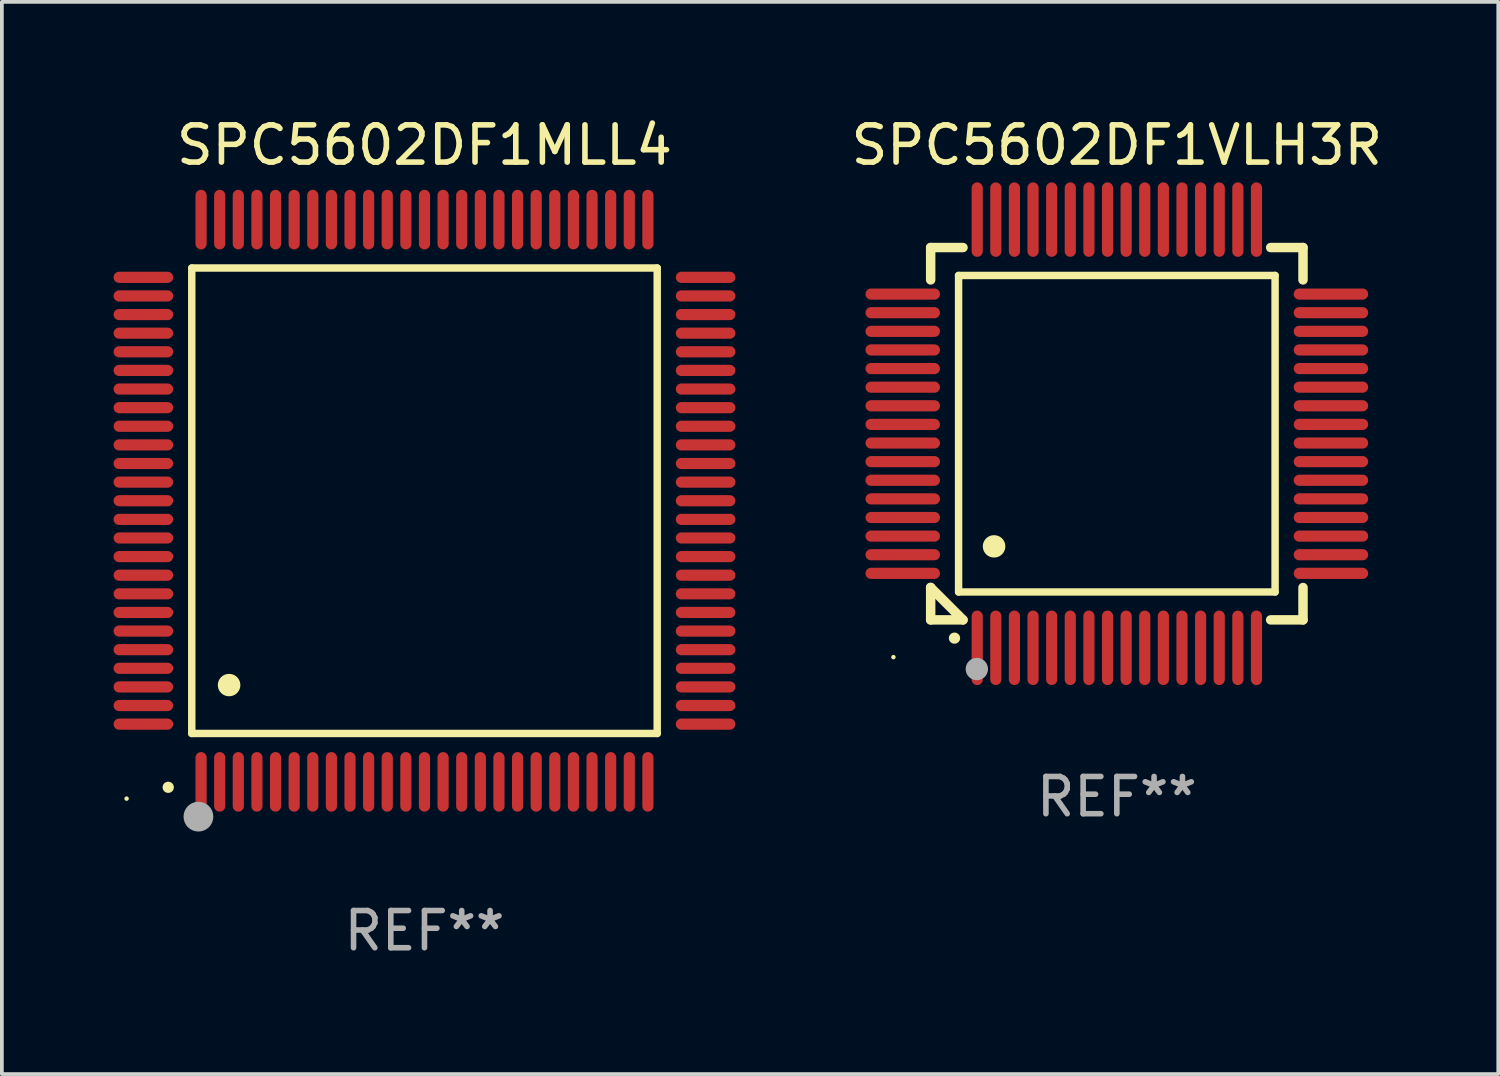
<source format=kicad_pcb>
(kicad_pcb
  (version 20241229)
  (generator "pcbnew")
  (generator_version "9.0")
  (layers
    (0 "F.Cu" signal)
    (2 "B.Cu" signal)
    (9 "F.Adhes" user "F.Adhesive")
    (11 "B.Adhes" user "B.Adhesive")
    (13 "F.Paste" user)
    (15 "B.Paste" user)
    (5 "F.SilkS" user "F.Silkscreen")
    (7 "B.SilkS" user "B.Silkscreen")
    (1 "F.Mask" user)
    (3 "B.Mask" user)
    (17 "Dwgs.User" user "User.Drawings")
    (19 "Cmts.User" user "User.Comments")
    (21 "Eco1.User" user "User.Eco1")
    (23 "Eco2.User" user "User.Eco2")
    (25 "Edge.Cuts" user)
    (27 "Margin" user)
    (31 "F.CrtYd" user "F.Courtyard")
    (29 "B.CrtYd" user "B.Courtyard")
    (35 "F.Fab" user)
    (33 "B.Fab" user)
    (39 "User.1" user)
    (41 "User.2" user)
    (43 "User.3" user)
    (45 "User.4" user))
  (footprint "SPC5602DF1MLL4"
    (layer "F.Cu")
    (at 8.35 10.398)
    (property "Reference" "SPC5602DF1MLL4" (at 0 -9.55 0) (layer "F.SilkS") (effects (font (size 1 1) (thickness 0.15))))
    (attr through_hole)
    (fp_line (start -6.25 -6.25) (end -6.25 6.25) (stroke (width 0.2) (type solid)) (layer "F.SilkS"))
    (fp_line (start -6.25 6.25) (end 6.25 6.25) (stroke (width 0.2) (type solid)) (layer "F.SilkS"))
    (fp_line (start 6.25 -6.25) (end -6.25 -6.25) (stroke (width 0.2) (type solid)) (layer "F.SilkS"))
    (fp_line (start 6.25 6.25) (end 6.25 -6.25) (stroke (width 0.2) (type solid)) (layer "F.SilkS"))
    (fp_arc (start -6.883414 7.696215) (mid -6.882144 7.69621) (end -6.880874 7.696215) (stroke (width 0.3) (type solid)) (layer "F.SilkS"))
    (fp_arc (start -5.250191 4.95047) (mid -5.247651 4.950459) (end -5.245111 4.95047) (stroke (width 0.6) (type solid)) (layer "F.SilkS"))
    (fp_circle (center -8 8) (end -7.97 8) (stroke (width 0.06) (type solid)) (fill no) (layer "F.SilkS"))
    (fp_circle (center -6.071 8.484) (end -5.871 8.484) (stroke (width 0.4) (type solid)) (fill no) (layer "F.Fab"))
    (fp_text user "REF**" (at 0 11.55 0) (layer "F.Fab") (effects (font (size 1 1) (thickness 0.15))))
    (pad "1" smd oval (at -6 7.55) (size 0.3 1.6) (layers "F.Cu" "F.Mask" "F.Paste"))
    (pad "2" smd oval (at -5.5 7.55) (size 0.3 1.6) (layers "F.Cu" "F.Mask" "F.Paste"))
    (pad "3" smd oval (at -5 7.55) (size 0.3 1.6) (layers "F.Cu" "F.Mask" "F.Paste"))
    (pad "4" smd oval (at -4.5 7.55) (size 0.3 1.6) (layers "F.Cu" "F.Mask" "F.Paste"))
    (pad "5" smd oval (at -4 7.55) (size 0.3 1.6) (layers "F.Cu" "F.Mask" "F.Paste"))
    (pad "6" smd oval (at -3.5 7.55) (size 0.3 1.6) (layers "F.Cu" "F.Mask" "F.Paste"))
    (pad "7" smd oval (at -3 7.55) (size 0.3 1.6) (layers "F.Cu" "F.Mask" "F.Paste"))
    (pad "8" smd oval (at -2.5 7.55) (size 0.3 1.6) (layers "F.Cu" "F.Mask" "F.Paste"))
    (pad "9" smd oval (at -2 7.55) (size 0.3 1.6) (layers "F.Cu" "F.Mask" "F.Paste"))
    (pad "10" smd oval (at -1.5 7.55) (size 0.3 1.6) (layers "F.Cu" "F.Mask" "F.Paste"))
    (pad "11" smd oval (at -1 7.55) (size 0.3 1.6) (layers "F.Cu" "F.Mask" "F.Paste"))
    (pad "12" smd oval (at -0.5 7.55) (size 0.3 1.6) (layers "F.Cu" "F.Mask" "F.Paste"))
    (pad "13" smd oval (at 0 7.55) (size 0.3 1.6) (layers "F.Cu" "F.Mask" "F.Paste"))
    (pad "14" smd oval (at 0.5 7.55) (size 0.3 1.6) (layers "F.Cu" "F.Mask" "F.Paste"))
    (pad "15" smd oval (at 1 7.55) (size 0.3 1.6) (layers "F.Cu" "F.Mask" "F.Paste"))
    (pad "16" smd oval (at 1.5 7.55) (size 0.3 1.6) (layers "F.Cu" "F.Mask" "F.Paste"))
    (pad "17" smd oval (at 2 7.55) (size 0.3 1.6) (layers "F.Cu" "F.Mask" "F.Paste"))
    (pad "18" smd oval (at 2.5 7.55) (size 0.3 1.6) (layers "F.Cu" "F.Mask" "F.Paste"))
    (pad "19" smd oval (at 3 7.55) (size 0.3 1.6) (layers "F.Cu" "F.Mask" "F.Paste"))
    (pad "20" smd oval (at 3.5 7.55) (size 0.3 1.6) (layers "F.Cu" "F.Mask" "F.Paste"))
    (pad "21" smd oval (at 4 7.55) (size 0.3 1.6) (layers "F.Cu" "F.Mask" "F.Paste"))
    (pad "22" smd oval (at 4.5 7.55) (size 0.3 1.6) (layers "F.Cu" "F.Mask" "F.Paste"))
    (pad "23" smd oval (at 5 7.55) (size 0.3 1.6) (layers "F.Cu" "F.Mask" "F.Paste"))
    (pad "24" smd oval (at 5.5 7.55) (size 0.3 1.6) (layers "F.Cu" "F.Mask" "F.Paste"))
    (pad "25" smd oval (at 6 7.55) (size 0.3 1.6) (layers "F.Cu" "F.Mask" "F.Paste"))
    (pad "26" smd oval (at 7.55 6) (size 1.6 0.3) (layers "F.Cu" "F.Mask" "F.Paste"))
    (pad "27" smd oval (at 7.55 5.5) (size 1.6 0.3) (layers "F.Cu" "F.Mask" "F.Paste"))
    (pad "28" smd oval (at 7.55 5) (size 1.6 0.3) (layers "F.Cu" "F.Mask" "F.Paste"))
    (pad "29" smd oval (at 7.55 4.5) (size 1.6 0.3) (layers "F.Cu" "F.Mask" "F.Paste"))
    (pad "30" smd oval (at 7.55 4) (size 1.6 0.3) (layers "F.Cu" "F.Mask" "F.Paste"))
    (pad "31" smd oval (at 7.55 3.5) (size 1.6 0.3) (layers "F.Cu" "F.Mask" "F.Paste"))
    (pad "32" smd oval (at 7.55 3) (size 1.6 0.3) (layers "F.Cu" "F.Mask" "F.Paste"))
    (pad "33" smd oval (at 7.55 2.5) (size 1.6 0.3) (layers "F.Cu" "F.Mask" "F.Paste"))
    (pad "34" smd oval (at 7.55 2) (size 1.6 0.3) (layers "F.Cu" "F.Mask" "F.Paste"))
    (pad "35" smd oval (at 7.55 1.5) (size 1.6 0.3) (layers "F.Cu" "F.Mask" "F.Paste"))
    (pad "36" smd oval (at 7.55 1) (size 1.6 0.3) (layers "F.Cu" "F.Mask" "F.Paste"))
    (pad "37" smd oval (at 7.55 0.5) (size 1.6 0.3) (layers "F.Cu" "F.Mask" "F.Paste"))
    (pad "38" smd oval (at 7.55 0) (size 1.6 0.3) (layers "F.Cu" "F.Mask" "F.Paste"))
    (pad "39" smd oval (at 7.55 -0.5) (size 1.6 0.3) (layers "F.Cu" "F.Mask" "F.Paste"))
    (pad "40" smd oval (at 7.55 -1) (size 1.6 0.3) (layers "F.Cu" "F.Mask" "F.Paste"))
    (pad "41" smd oval (at 7.55 -1.5) (size 1.6 0.3) (layers "F.Cu" "F.Mask" "F.Paste"))
    (pad "42" smd oval (at 7.55 -2) (size 1.6 0.3) (layers "F.Cu" "F.Mask" "F.Paste"))
    (pad "43" smd oval (at 7.55 -2.5) (size 1.6 0.3) (layers "F.Cu" "F.Mask" "F.Paste"))
    (pad "44" smd oval (at 7.55 -3) (size 1.6 0.3) (layers "F.Cu" "F.Mask" "F.Paste"))
    (pad "45" smd oval (at 7.55 -3.5) (size 1.6 0.3) (layers "F.Cu" "F.Mask" "F.Paste"))
    (pad "46" smd oval (at 7.55 -4) (size 1.6 0.3) (layers "F.Cu" "F.Mask" "F.Paste"))
    (pad "47" smd oval (at 7.55 -4.5) (size 1.6 0.3) (layers "F.Cu" "F.Mask" "F.Paste"))
    (pad "48" smd oval (at 7.55 -5) (size 1.6 0.3) (layers "F.Cu" "F.Mask" "F.Paste"))
    (pad "49" smd oval (at 7.55 -5.5) (size 1.6 0.3) (layers "F.Cu" "F.Mask" "F.Paste"))
    (pad "50" smd oval (at 7.55 -6) (size 1.6 0.3) (layers "F.Cu" "F.Mask" "F.Paste"))
    (pad "51" smd oval (at 6 -7.55) (size 0.3 1.6) (layers "F.Cu" "F.Mask" "F.Paste"))
    (pad "52" smd oval (at 5.5 -7.55) (size 0.3 1.6) (layers "F.Cu" "F.Mask" "F.Paste"))
    (pad "53" smd oval (at 5 -7.55) (size 0.3 1.6) (layers "F.Cu" "F.Mask" "F.Paste"))
    (pad "54" smd oval (at 4.5 -7.55) (size 0.3 1.6) (layers "F.Cu" "F.Mask" "F.Paste"))
    (pad "55" smd oval (at 4 -7.55) (size 0.3 1.6) (layers "F.Cu" "F.Mask" "F.Paste"))
    (pad "56" smd oval (at 3.5 -7.55) (size 0.3 1.6) (layers "F.Cu" "F.Mask" "F.Paste"))
    (pad "57" smd oval (at 3 -7.55) (size 0.3 1.6) (layers "F.Cu" "F.Mask" "F.Paste"))
    (pad "58" smd oval (at 2.5 -7.55) (size 0.3 1.6) (layers "F.Cu" "F.Mask" "F.Paste"))
    (pad "59" smd oval (at 2 -7.55) (size 0.3 1.6) (layers "F.Cu" "F.Mask" "F.Paste"))
    (pad "60" smd oval (at 1.5 -7.55) (size 0.3 1.6) (layers "F.Cu" "F.Mask" "F.Paste"))
    (pad "61" smd oval (at 1 -7.55) (size 0.3 1.6) (layers "F.Cu" "F.Mask" "F.Paste"))
    (pad "62" smd oval (at 0.5 -7.55) (size 0.3 1.6) (layers "F.Cu" "F.Mask" "F.Paste"))
    (pad "63" smd oval (at 0 -7.55) (size 0.3 1.6) (layers "F.Cu" "F.Mask" "F.Paste"))
    (pad "64" smd oval (at -0.5 -7.55) (size 0.3 1.6) (layers "F.Cu" "F.Mask" "F.Paste"))
    (pad "65" smd oval (at -1 -7.55) (size 0.3 1.6) (layers "F.Cu" "F.Mask" "F.Paste"))
    (pad "66" smd oval (at -1.5 -7.55) (size 0.3 1.6) (layers "F.Cu" "F.Mask" "F.Paste"))
    (pad "67" smd oval (at -2 -7.55) (size 0.3 1.6) (layers "F.Cu" "F.Mask" "F.Paste"))
    (pad "68" smd oval (at -2.5 -7.55) (size 0.3 1.6) (layers "F.Cu" "F.Mask" "F.Paste"))
    (pad "69" smd oval (at -3 -7.55) (size 0.3 1.6) (layers "F.Cu" "F.Mask" "F.Paste"))
    (pad "70" smd oval (at -3.5 -7.55) (size 0.3 1.6) (layers "F.Cu" "F.Mask" "F.Paste"))
    (pad "71" smd oval (at -4 -7.55) (size 0.3 1.6) (layers "F.Cu" "F.Mask" "F.Paste"))
    (pad "72" smd oval (at -4.5 -7.55) (size 0.3 1.6) (layers "F.Cu" "F.Mask" "F.Paste"))
    (pad "73" smd oval (at -5 -7.55) (size 0.3 1.6) (layers "F.Cu" "F.Mask" "F.Paste"))
    (pad "74" smd oval (at -5.5 -7.55) (size 0.3 1.6) (layers "F.Cu" "F.Mask" "F.Paste"))
    (pad "75" smd oval (at -6 -7.55) (size 0.3 1.6) (layers "F.Cu" "F.Mask" "F.Paste"))
    (pad "76" smd oval (at -7.55 -6) (size 1.6 0.3) (layers "F.Cu" "F.Mask" "F.Paste"))
    (pad "77" smd oval (at -7.55 -5.5) (size 1.6 0.3) (layers "F.Cu" "F.Mask" "F.Paste"))
    (pad "78" smd oval (at -7.55 -5) (size 1.6 0.3) (layers "F.Cu" "F.Mask" "F.Paste"))
    (pad "79" smd oval (at -7.55 -4.5) (size 1.6 0.3) (layers "F.Cu" "F.Mask" "F.Paste"))
    (pad "80" smd oval (at -7.55 -4) (size 1.6 0.3) (layers "F.Cu" "F.Mask" "F.Paste"))
    (pad "81" smd oval (at -7.55 -3.5) (size 1.6 0.3) (layers "F.Cu" "F.Mask" "F.Paste"))
    (pad "82" smd oval (at -7.55 -3) (size 1.6 0.3) (layers "F.Cu" "F.Mask" "F.Paste"))
    (pad "83" smd oval (at -7.55 -2.5) (size 1.6 0.3) (layers "F.Cu" "F.Mask" "F.Paste"))
    (pad "84" smd oval (at -7.55 -2) (size 1.6 0.3) (layers "F.Cu" "F.Mask" "F.Paste"))
    (pad "85" smd oval (at -7.55 -1.5) (size 1.6 0.3) (layers "F.Cu" "F.Mask" "F.Paste"))
    (pad "86" smd oval (at -7.55 -1) (size 1.6 0.3) (layers "F.Cu" "F.Mask" "F.Paste"))
    (pad "87" smd oval (at -7.55 -0.5) (size 1.6 0.3) (layers "F.Cu" "F.Mask" "F.Paste"))
    (pad "88" smd oval (at -7.55 0) (size 1.6 0.3) (layers "F.Cu" "F.Mask" "F.Paste"))
    (pad "89" smd oval (at -7.55 0.5) (size 1.6 0.3) (layers "F.Cu" "F.Mask" "F.Paste"))
    (pad "90" smd oval (at -7.55 1) (size 1.6 0.3) (layers "F.Cu" "F.Mask" "F.Paste"))
    (pad "91" smd oval (at -7.55 1.5) (size 1.6 0.3) (layers "F.Cu" "F.Mask" "F.Paste"))
    (pad "92" smd oval (at -7.55 2) (size 1.6 0.3) (layers "F.Cu" "F.Mask" "F.Paste"))
    (pad "93" smd oval (at -7.55 2.5) (size 1.6 0.3) (layers "F.Cu" "F.Mask" "F.Paste"))
    (pad "94" smd oval (at -7.55 3) (size 1.6 0.3) (layers "F.Cu" "F.Mask" "F.Paste"))
    (pad "95" smd oval (at -7.55 3.5) (size 1.6 0.3) (layers "F.Cu" "F.Mask" "F.Paste"))
    (pad "96" smd oval (at -7.55 4) (size 1.6 0.3) (layers "F.Cu" "F.Mask" "F.Paste"))
    (pad "97" smd oval (at -7.55 4.5) (size 1.6 0.3) (layers "F.Cu" "F.Mask" "F.Paste"))
    (pad "98" smd oval (at -7.55 5) (size 1.6 0.3) (layers "F.Cu" "F.Mask" "F.Paste"))
    (pad "99" smd oval (at -7.55 5.5) (size 1.6 0.3) (layers "F.Cu" "F.Mask" "F.Paste"))
    (pad "100" smd oval (at -7.55 6) (size 1.6 0.3) (layers "F.Cu" "F.Mask" "F.Paste")))
  (footprint "SPC5602DF1VLH3R"
    (layer "F.Cu")
    (at 26.944 8.598)
    (property "Reference" "SPC5602DF1VLH3R" (at 0 -7.75 0) (layer "F.SilkS") (effects (font (size 1 1) (thickness 0.15))))
    (attr through_hole)
    (fp_line (start -5 -5) (end -4.131 -5) (stroke (width 0.254) (type solid)) (layer "F.SilkS"))
    (fp_line (start -5 -4.131) (end -5 -5) (stroke (width 0.254) (type solid)) (layer "F.SilkS"))
    (fp_line (start -5 4.131) (end -5 4.131) (stroke (width 0.254) (type solid)) (layer "F.SilkS"))
    (fp_line (start -5 5) (end -5 4.131) (stroke (width 0.254) (type solid)) (layer "F.SilkS"))
    (fp_line (start -5 4.131) (end -4.131 5) (stroke (width 0.254) (type solid)) (layer "F.SilkS"))
    (fp_line (start -4.25 -4.25) (end -4.25 4.25) (stroke (width 0.2) (type solid)) (layer "F.SilkS"))
    (fp_line (start -4.25 4.25) (end 4.25 4.25) (stroke (width 0.2) (type solid)) (layer "F.SilkS"))
    (fp_line (start -4.131 5) (end -5 5) (stroke (width 0.254) (type solid)) (layer "F.SilkS"))
    (fp_line (start 4.25 -4.25) (end -4.25 -4.25) (stroke (width 0.2) (type solid)) (layer "F.SilkS"))
    (fp_line (start 4.25 4.25) (end 4.25 -4.25) (stroke (width 0.2) (type solid)) (layer "F.SilkS"))
    (fp_line (start 5 -5) (end 4.131 -5) (stroke (width 0.254) (type solid)) (layer "F.SilkS"))
    (fp_line (start 5 -5) (end 5 -4.131) (stroke (width 0.254) (type solid)) (layer "F.SilkS"))
    (fp_line (start 5 4.131) (end 5 5) (stroke (width 0.254) (type solid)) (layer "F.SilkS"))
    (fp_line (start 5 5) (end 4.131 5) (stroke (width 0.254) (type solid)) (layer "F.SilkS"))
    (fp_arc (start -4.361265 5.489992) (mid -4.359995 5.489987) (end -4.358725 5.489992) (stroke (width 0.3) (type solid)) (layer "F.SilkS"))
    (fp_arc (start -3.299467 3.025146) (mid -3.296927 3.025135) (end -3.294387 3.025146) (stroke (width 0.6) (type solid)) (layer "F.SilkS"))
    (fp_circle (center -6 6) (end -5.97 6) (stroke (width 0.06) (type solid)) (fill no) (layer "F.SilkS"))
    (fp_circle (center -3.76 6.32) (end -3.61 6.32) (stroke (width 0.3) (type solid)) (fill no) (layer "F.Fab"))
    (fp_text user "REF**" (at 0 9.75 0) (layer "F.Fab") (effects (font (size 1 1) (thickness 0.15))))
    (pad "1" smd oval (at -3.75 5.75) (size 0.3 2) (layers "F.Cu" "F.Mask" "F.Paste"))
    (pad "2" smd oval (at -3.25 5.75) (size 0.3 2) (layers "F.Cu" "F.Mask" "F.Paste"))
    (pad "3" smd oval (at -2.75 5.75) (size 0.3 2) (layers "F.Cu" "F.Mask" "F.Paste"))
    (pad "4" smd oval (at -2.25 5.75) (size 0.3 2) (layers "F.Cu" "F.Mask" "F.Paste"))
    (pad "5" smd oval (at -1.75 5.75) (size 0.3 2) (layers "F.Cu" "F.Mask" "F.Paste"))
    (pad "6" smd oval (at -1.25 5.75) (size 0.3 2) (layers "F.Cu" "F.Mask" "F.Paste"))
    (pad "7" smd oval (at -0.75 5.75) (size 0.3 2) (layers "F.Cu" "F.Mask" "F.Paste"))
    (pad "8" smd oval (at -0.25 5.75) (size 0.3 2) (layers "F.Cu" "F.Mask" "F.Paste"))
    (pad "9" smd oval (at 0.25 5.75) (size 0.3 2) (layers "F.Cu" "F.Mask" "F.Paste"))
    (pad "10" smd oval (at 0.75 5.75) (size 0.3 2) (layers "F.Cu" "F.Mask" "F.Paste"))
    (pad "11" smd oval (at 1.25 5.75) (size 0.3 2) (layers "F.Cu" "F.Mask" "F.Paste"))
    (pad "12" smd oval (at 1.75 5.75) (size 0.3 2) (layers "F.Cu" "F.Mask" "F.Paste"))
    (pad "13" smd oval (at 2.25 5.75) (size 0.3 2) (layers "F.Cu" "F.Mask" "F.Paste"))
    (pad "14" smd oval (at 2.75 5.75) (size 0.3 2) (layers "F.Cu" "F.Mask" "F.Paste"))
    (pad "15" smd oval (at 3.25 5.75) (size 0.3 2) (layers "F.Cu" "F.Mask" "F.Paste"))
    (pad "16" smd oval (at 3.75 5.75) (size 0.3 2) (layers "F.Cu" "F.Mask" "F.Paste"))
    (pad "17" smd oval (at 5.75 3.75) (size 2 0.3) (layers "F.Cu" "F.Mask" "F.Paste"))
    (pad "18" smd oval (at 5.75 3.25) (size 2 0.3) (layers "F.Cu" "F.Mask" "F.Paste"))
    (pad "19" smd oval (at 5.75 2.75) (size 2 0.3) (layers "F.Cu" "F.Mask" "F.Paste"))
    (pad "20" smd oval (at 5.75 2.25) (size 2 0.3) (layers "F.Cu" "F.Mask" "F.Paste"))
    (pad "21" smd oval (at 5.75 1.75) (size 2 0.3) (layers "F.Cu" "F.Mask" "F.Paste"))
    (pad "22" smd oval (at 5.75 1.25) (size 2 0.3) (layers "F.Cu" "F.Mask" "F.Paste"))
    (pad "23" smd oval (at 5.75 0.75) (size 2 0.3) (layers "F.Cu" "F.Mask" "F.Paste"))
    (pad "24" smd oval (at 5.75 0.25) (size 2 0.3) (layers "F.Cu" "F.Mask" "F.Paste"))
    (pad "25" smd oval (at 5.75 -0.25) (size 2 0.3) (layers "F.Cu" "F.Mask" "F.Paste"))
    (pad "26" smd oval (at 5.75 -0.75) (size 2 0.3) (layers "F.Cu" "F.Mask" "F.Paste"))
    (pad "27" smd oval (at 5.75 -1.25) (size 2 0.3) (layers "F.Cu" "F.Mask" "F.Paste"))
    (pad "28" smd oval (at 5.75 -1.75) (size 2 0.3) (layers "F.Cu" "F.Mask" "F.Paste"))
    (pad "29" smd oval (at 5.75 -2.25) (size 2 0.3) (layers "F.Cu" "F.Mask" "F.Paste"))
    (pad "30" smd oval (at 5.75 -2.75) (size 2 0.3) (layers "F.Cu" "F.Mask" "F.Paste"))
    (pad "31" smd oval (at 5.75 -3.25) (size 2 0.3) (layers "F.Cu" "F.Mask" "F.Paste"))
    (pad "32" smd oval (at 5.75 -3.75) (size 2 0.3) (layers "F.Cu" "F.Mask" "F.Paste"))
    (pad "33" smd oval (at 3.75 -5.75) (size 0.3 2) (layers "F.Cu" "F.Mask" "F.Paste"))
    (pad "34" smd oval (at 3.25 -5.75) (size 0.3 2) (layers "F.Cu" "F.Mask" "F.Paste"))
    (pad "35" smd oval (at 2.75 -5.75) (size 0.3 2) (layers "F.Cu" "F.Mask" "F.Paste"))
    (pad "36" smd oval (at 2.25 -5.75) (size 0.3 2) (layers "F.Cu" "F.Mask" "F.Paste"))
    (pad "37" smd oval (at 1.75 -5.75) (size 0.3 2) (layers "F.Cu" "F.Mask" "F.Paste"))
    (pad "38" smd oval (at 1.25 -5.75) (size 0.3 2) (layers "F.Cu" "F.Mask" "F.Paste"))
    (pad "39" smd oval (at 0.75 -5.75) (size 0.3 2) (layers "F.Cu" "F.Mask" "F.Paste"))
    (pad "40" smd oval (at 0.25 -5.75) (size 0.3 2) (layers "F.Cu" "F.Mask" "F.Paste"))
    (pad "41" smd oval (at -0.25 -5.75) (size 0.3 2) (layers "F.Cu" "F.Mask" "F.Paste"))
    (pad "42" smd oval (at -0.75 -5.75) (size 0.3 2) (layers "F.Cu" "F.Mask" "F.Paste"))
    (pad "43" smd oval (at -1.25 -5.75) (size 0.3 2) (layers "F.Cu" "F.Mask" "F.Paste"))
    (pad "44" smd oval (at -1.75 -5.75) (size 0.3 2) (layers "F.Cu" "F.Mask" "F.Paste"))
    (pad "45" smd oval (at -2.25 -5.75) (size 0.3 2) (layers "F.Cu" "F.Mask" "F.Paste"))
    (pad "46" smd oval (at -2.75 -5.75) (size 0.3 2) (layers "F.Cu" "F.Mask" "F.Paste"))
    (pad "47" smd oval (at -3.25 -5.75) (size 0.3 2) (layers "F.Cu" "F.Mask" "F.Paste"))
    (pad "48" smd oval (at -3.75 -5.75) (size 0.3 2) (layers "F.Cu" "F.Mask" "F.Paste"))
    (pad "49" smd oval (at -5.75 -3.75) (size 2 0.3) (layers "F.Cu" "F.Mask" "F.Paste"))
    (pad "50" smd oval (at -5.75 -3.25) (size 2 0.3) (layers "F.Cu" "F.Mask" "F.Paste"))
    (pad "51" smd oval (at -5.75 -2.75) (size 2 0.3) (layers "F.Cu" "F.Mask" "F.Paste"))
    (pad "52" smd oval (at -5.75 -2.25) (size 2 0.3) (layers "F.Cu" "F.Mask" "F.Paste"))
    (pad "53" smd oval (at -5.75 -1.75) (size 2 0.3) (layers "F.Cu" "F.Mask" "F.Paste"))
    (pad "54" smd oval (at -5.75 -1.25) (size 2 0.3) (layers "F.Cu" "F.Mask" "F.Paste"))
    (pad "55" smd oval (at -5.75 -0.75) (size 2 0.3) (layers "F.Cu" "F.Mask" "F.Paste"))
    (pad "56" smd oval (at -5.75 -0.25) (size 2 0.3) (layers "F.Cu" "F.Mask" "F.Paste"))
    (pad "57" smd oval (at -5.75 0.25) (size 2 0.3) (layers "F.Cu" "F.Mask" "F.Paste"))
    (pad "58" smd oval (at -5.75 0.75) (size 2 0.3) (layers "F.Cu" "F.Mask" "F.Paste"))
    (pad "59" smd oval (at -5.75 1.25) (size 2 0.3) (layers "F.Cu" "F.Mask" "F.Paste"))
    (pad "60" smd oval (at -5.75 1.75) (size 2 0.3) (layers "F.Cu" "F.Mask" "F.Paste"))
    (pad "61" smd oval (at -5.75 2.25) (size 2 0.3) (layers "F.Cu" "F.Mask" "F.Paste"))
    (pad "62" smd oval (at -5.75 2.75) (size 2 0.3) (layers "F.Cu" "F.Mask" "F.Paste"))
    (pad "63" smd oval (at -5.75 3.25) (size 2 0.3) (layers "F.Cu" "F.Mask" "F.Paste"))
    (pad "64" smd oval (at -5.75 3.75) (size 2 0.3) (layers "F.Cu" "F.Mask" "F.Paste")))
  (gr_rect
    (start -3 -3)
    (end 37.188 25.796)
    (stroke (width 0.1) (type default))
    (fill no)
    (layer "Edge.Cuts")))
</source>
